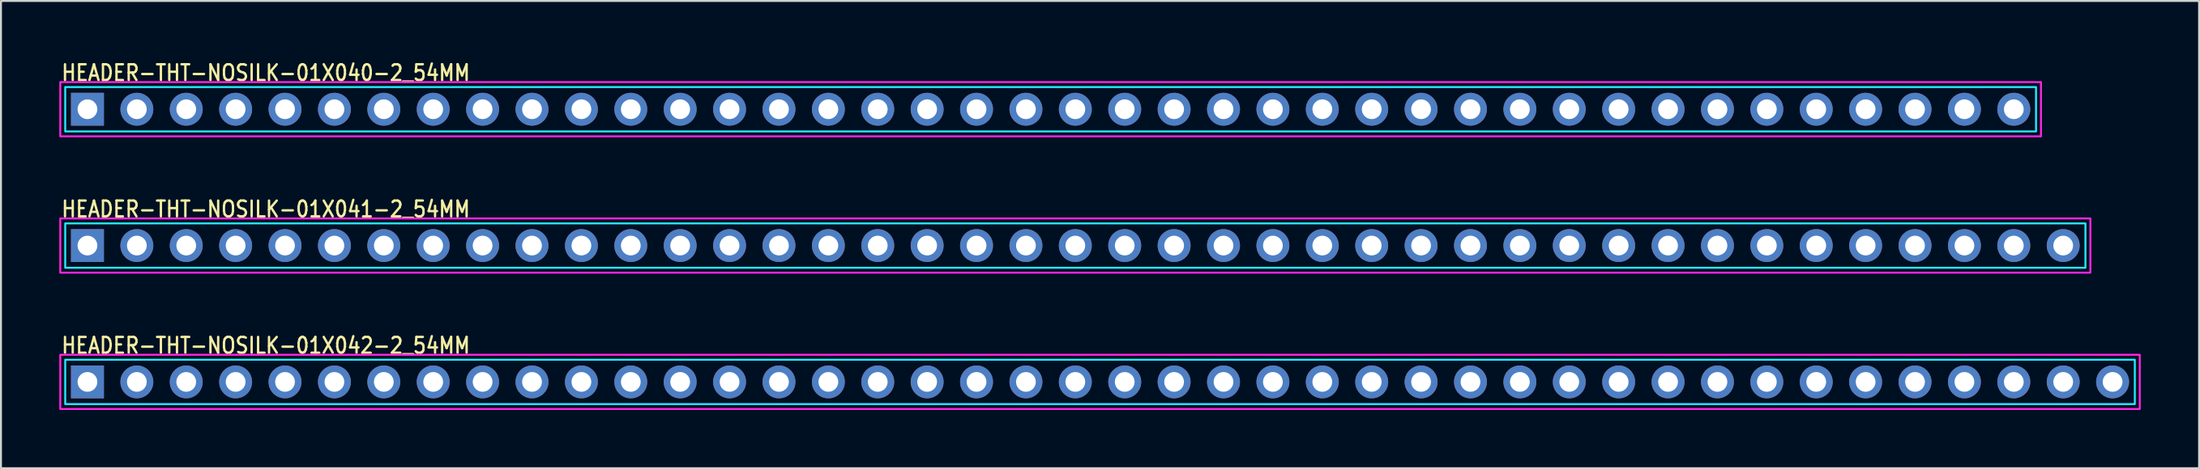
<source format=kicad_pcb>
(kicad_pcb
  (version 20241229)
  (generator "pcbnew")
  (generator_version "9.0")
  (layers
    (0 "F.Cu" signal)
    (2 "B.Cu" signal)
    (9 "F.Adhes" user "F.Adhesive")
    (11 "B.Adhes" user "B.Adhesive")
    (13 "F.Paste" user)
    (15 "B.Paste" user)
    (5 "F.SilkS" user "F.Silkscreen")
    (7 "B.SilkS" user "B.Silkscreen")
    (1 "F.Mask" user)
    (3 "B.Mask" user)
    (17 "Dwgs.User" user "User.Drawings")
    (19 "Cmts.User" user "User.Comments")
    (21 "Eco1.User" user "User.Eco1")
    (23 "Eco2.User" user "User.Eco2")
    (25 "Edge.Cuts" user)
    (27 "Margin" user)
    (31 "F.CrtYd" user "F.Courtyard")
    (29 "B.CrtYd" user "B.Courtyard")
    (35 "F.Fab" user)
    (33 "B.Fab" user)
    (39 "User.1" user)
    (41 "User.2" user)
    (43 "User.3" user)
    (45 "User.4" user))
  (footprint "HEADER-THT-NOSILK-01X041-2_54MM"
    (layer "F.Cu")
    (at 1.447 9.604)
    (property "Reference" "HEADER-THT-NOSILK-01X041-2_54MM" (at -1.4 -1.4 0) (unlocked yes) (layer "F.SilkS") (effects (font (size 0.813 0.695) (thickness 0.122)) (justify left bottom)))
    (fp_poly (pts (xy -1.143 -1.143) (xy 102.743 -1.143) (xy 102.743 1.143) (xy -1.143 1.143)) (stroke (width 0.1) (type solid)) (fill no) (layer "B.CrtYd"))
    (fp_poly (pts (xy -1.397 -1.397) (xy 102.997 -1.397) (xy 102.997 1.397) (xy -1.397 1.397)) (stroke (width 0.1) (type solid)) (fill no) (layer "F.CrtYd"))
    (pad "1" thru_hole rect (at 0 0) (size 1.693 1.693) (drill 1.016) (layers "*.Cu" "*.Mask"))
    (pad "2" thru_hole oval (at 2.54 0) (size 1.693 1.693) (drill 1.016) (layers "*.Cu" "*.Mask"))
    (pad "3" thru_hole oval (at 5.08 0) (size 1.693 1.693) (drill 1.016) (layers "*.Cu" "*.Mask"))
    (pad "4" thru_hole oval (at 7.62 0) (size 1.693 1.693) (drill 1.016) (layers "*.Cu" "*.Mask"))
    (pad "5" thru_hole oval (at 10.16 0) (size 1.693 1.693) (drill 1.016) (layers "*.Cu" "*.Mask"))
    (pad "6" thru_hole oval (at 12.7 0) (size 1.693 1.693) (drill 1.016) (layers "*.Cu" "*.Mask"))
    (pad "7" thru_hole oval (at 15.24 0) (size 1.693 1.693) (drill 1.016) (layers "*.Cu" "*.Mask"))
    (pad "8" thru_hole oval (at 17.78 0) (size 1.693 1.693) (drill 1.016) (layers "*.Cu" "*.Mask"))
    (pad "9" thru_hole oval (at 20.32 0) (size 1.693 1.693) (drill 1.016) (layers "*.Cu" "*.Mask"))
    (pad "10" thru_hole oval (at 22.86 0) (size 1.693 1.693) (drill 1.016) (layers "*.Cu" "*.Mask"))
    (pad "11" thru_hole oval (at 25.4 0) (size 1.693 1.693) (drill 1.016) (layers "*.Cu" "*.Mask"))
    (pad "12" thru_hole oval (at 27.94 0) (size 1.693 1.693) (drill 1.016) (layers "*.Cu" "*.Mask"))
    (pad "13" thru_hole oval (at 30.48 0) (size 1.693 1.693) (drill 1.016) (layers "*.Cu" "*.Mask"))
    (pad "14" thru_hole oval (at 33.02 0) (size 1.693 1.693) (drill 1.016) (layers "*.Cu" "*.Mask"))
    (pad "15" thru_hole oval (at 35.56 0) (size 1.693 1.693) (drill 1.016) (layers "*.Cu" "*.Mask"))
    (pad "16" thru_hole oval (at 38.1 0) (size 1.693 1.693) (drill 1.016) (layers "*.Cu" "*.Mask"))
    (pad "17" thru_hole oval (at 40.64 0) (size 1.693 1.693) (drill 1.016) (layers "*.Cu" "*.Mask"))
    (pad "18" thru_hole oval (at 43.18 0) (size 1.693 1.693) (drill 1.016) (layers "*.Cu" "*.Mask"))
    (pad "19" thru_hole oval (at 45.72 0) (size 1.693 1.693) (drill 1.016) (layers "*.Cu" "*.Mask"))
    (pad "20" thru_hole oval (at 48.26 0) (size 1.693 1.693) (drill 1.016) (layers "*.Cu" "*.Mask"))
    (pad "21" thru_hole oval (at 50.8 0) (size 1.693 1.693) (drill 1.016) (layers "*.Cu" "*.Mask"))
    (pad "22" thru_hole oval (at 53.34 0) (size 1.693 1.693) (drill 1.016) (layers "*.Cu" "*.Mask"))
    (pad "23" thru_hole oval (at 55.88 0) (size 1.693 1.693) (drill 1.016) (layers "*.Cu" "*.Mask"))
    (pad "24" thru_hole oval (at 58.42 0) (size 1.693 1.693) (drill 1.016) (layers "*.Cu" "*.Mask"))
    (pad "25" thru_hole oval (at 60.96 0) (size 1.693 1.693) (drill 1.016) (layers "*.Cu" "*.Mask"))
    (pad "26" thru_hole oval (at 63.5 0) (size 1.693 1.693) (drill 1.016) (layers "*.Cu" "*.Mask"))
    (pad "27" thru_hole oval (at 66.04 0) (size 1.693 1.693) (drill 1.016) (layers "*.Cu" "*.Mask"))
    (pad "28" thru_hole oval (at 68.58 0) (size 1.693 1.693) (drill 1.016) (layers "*.Cu" "*.Mask"))
    (pad "29" thru_hole oval (at 71.12 0) (size 1.693 1.693) (drill 1.016) (layers "*.Cu" "*.Mask"))
    (pad "30" thru_hole oval (at 73.66 0) (size 1.693 1.693) (drill 1.016) (layers "*.Cu" "*.Mask"))
    (pad "31" thru_hole oval (at 76.2 0) (size 1.693 1.693) (drill 1.016) (layers "*.Cu" "*.Mask"))
    (pad "32" thru_hole oval (at 78.74 0) (size 1.693 1.693) (drill 1.016) (layers "*.Cu" "*.Mask"))
    (pad "33" thru_hole oval (at 81.28 0) (size 1.693 1.693) (drill 1.016) (layers "*.Cu" "*.Mask"))
    (pad "34" thru_hole oval (at 83.82 0) (size 1.693 1.693) (drill 1.016) (layers "*.Cu" "*.Mask"))
    (pad "35" thru_hole oval (at 86.36 0) (size 1.693 1.693) (drill 1.016) (layers "*.Cu" "*.Mask"))
    (pad "36" thru_hole oval (at 88.9 0) (size 1.693 1.693) (drill 1.016) (layers "*.Cu" "*.Mask"))
    (pad "37" thru_hole oval (at 91.44 0) (size 1.693 1.693) (drill 1.016) (layers "*.Cu" "*.Mask"))
    (pad "38" thru_hole oval (at 93.98 0) (size 1.693 1.693) (drill 1.016) (layers "*.Cu" "*.Mask"))
    (pad "39" thru_hole oval (at 96.52 0) (size 1.693 1.693) (drill 1.016) (layers "*.Cu" "*.Mask"))
    (pad "40" thru_hole oval (at 99.06 0) (size 1.693 1.693) (drill 1.016) (layers "*.Cu" "*.Mask"))
    (pad "41" thru_hole oval (at 101.6 0) (size 1.693 1.693) (drill 1.016) (layers "*.Cu" "*.Mask")))
  (footprint "HEADER-THT-NOSILK-01X042-2_54MM"
    (layer "F.Cu")
    (at 1.447 16.63)
    (property "Reference" "HEADER-THT-NOSILK-01X042-2_54MM" (at -1.4 -1.4 0) (unlocked yes) (layer "F.SilkS") (effects (font (size 0.813 0.695) (thickness 0.122)) (justify left bottom)))
    (fp_poly (pts (xy -1.143 -1.143) (xy 105.283 -1.143) (xy 105.283 1.143) (xy -1.143 1.143)) (stroke (width 0.1) (type solid)) (fill no) (layer "B.CrtYd"))
    (fp_poly (pts (xy -1.397 -1.397) (xy 105.537 -1.397) (xy 105.537 1.397) (xy -1.397 1.397)) (stroke (width 0.1) (type solid)) (fill no) (layer "F.CrtYd"))
    (pad "1" thru_hole rect (at 0 0) (size 1.693 1.693) (drill 1.016) (layers "*.Cu" "*.Mask"))
    (pad "2" thru_hole oval (at 2.54 0) (size 1.693 1.693) (drill 1.016) (layers "*.Cu" "*.Mask"))
    (pad "3" thru_hole oval (at 5.08 0) (size 1.693 1.693) (drill 1.016) (layers "*.Cu" "*.Mask"))
    (pad "4" thru_hole oval (at 7.62 0) (size 1.693 1.693) (drill 1.016) (layers "*.Cu" "*.Mask"))
    (pad "5" thru_hole oval (at 10.16 0) (size 1.693 1.693) (drill 1.016) (layers "*.Cu" "*.Mask"))
    (pad "6" thru_hole oval (at 12.7 0) (size 1.693 1.693) (drill 1.016) (layers "*.Cu" "*.Mask"))
    (pad "7" thru_hole oval (at 15.24 0) (size 1.693 1.693) (drill 1.016) (layers "*.Cu" "*.Mask"))
    (pad "8" thru_hole oval (at 17.78 0) (size 1.693 1.693) (drill 1.016) (layers "*.Cu" "*.Mask"))
    (pad "9" thru_hole oval (at 20.32 0) (size 1.693 1.693) (drill 1.016) (layers "*.Cu" "*.Mask"))
    (pad "10" thru_hole oval (at 22.86 0) (size 1.693 1.693) (drill 1.016) (layers "*.Cu" "*.Mask"))
    (pad "11" thru_hole oval (at 25.4 0) (size 1.693 1.693) (drill 1.016) (layers "*.Cu" "*.Mask"))
    (pad "12" thru_hole oval (at 27.94 0) (size 1.693 1.693) (drill 1.016) (layers "*.Cu" "*.Mask"))
    (pad "13" thru_hole oval (at 30.48 0) (size 1.693 1.693) (drill 1.016) (layers "*.Cu" "*.Mask"))
    (pad "14" thru_hole oval (at 33.02 0) (size 1.693 1.693) (drill 1.016) (layers "*.Cu" "*.Mask"))
    (pad "15" thru_hole oval (at 35.56 0) (size 1.693 1.693) (drill 1.016) (layers "*.Cu" "*.Mask"))
    (pad "16" thru_hole oval (at 38.1 0) (size 1.693 1.693) (drill 1.016) (layers "*.Cu" "*.Mask"))
    (pad "17" thru_hole oval (at 40.64 0) (size 1.693 1.693) (drill 1.016) (layers "*.Cu" "*.Mask"))
    (pad "18" thru_hole oval (at 43.18 0) (size 1.693 1.693) (drill 1.016) (layers "*.Cu" "*.Mask"))
    (pad "19" thru_hole oval (at 45.72 0) (size 1.693 1.693) (drill 1.016) (layers "*.Cu" "*.Mask"))
    (pad "20" thru_hole oval (at 48.26 0) (size 1.693 1.693) (drill 1.016) (layers "*.Cu" "*.Mask"))
    (pad "21" thru_hole oval (at 50.8 0) (size 1.693 1.693) (drill 1.016) (layers "*.Cu" "*.Mask"))
    (pad "22" thru_hole oval (at 53.34 0) (size 1.693 1.693) (drill 1.016) (layers "*.Cu" "*.Mask"))
    (pad "23" thru_hole oval (at 55.88 0) (size 1.693 1.693) (drill 1.016) (layers "*.Cu" "*.Mask"))
    (pad "24" thru_hole oval (at 58.42 0) (size 1.693 1.693) (drill 1.016) (layers "*.Cu" "*.Mask"))
    (pad "25" thru_hole oval (at 60.96 0) (size 1.693 1.693) (drill 1.016) (layers "*.Cu" "*.Mask"))
    (pad "26" thru_hole oval (at 63.5 0) (size 1.693 1.693) (drill 1.016) (layers "*.Cu" "*.Mask"))
    (pad "27" thru_hole oval (at 66.04 0) (size 1.693 1.693) (drill 1.016) (layers "*.Cu" "*.Mask"))
    (pad "28" thru_hole oval (at 68.58 0) (size 1.693 1.693) (drill 1.016) (layers "*.Cu" "*.Mask"))
    (pad "29" thru_hole oval (at 71.12 0) (size 1.693 1.693) (drill 1.016) (layers "*.Cu" "*.Mask"))
    (pad "30" thru_hole oval (at 73.66 0) (size 1.693 1.693) (drill 1.016) (layers "*.Cu" "*.Mask"))
    (pad "31" thru_hole oval (at 76.2 0) (size 1.693 1.693) (drill 1.016) (layers "*.Cu" "*.Mask"))
    (pad "32" thru_hole oval (at 78.74 0) (size 1.693 1.693) (drill 1.016) (layers "*.Cu" "*.Mask"))
    (pad "33" thru_hole oval (at 81.28 0) (size 1.693 1.693) (drill 1.016) (layers "*.Cu" "*.Mask"))
    (pad "34" thru_hole oval (at 83.82 0) (size 1.693 1.693) (drill 1.016) (layers "*.Cu" "*.Mask"))
    (pad "35" thru_hole oval (at 86.36 0) (size 1.693 1.693) (drill 1.016) (layers "*.Cu" "*.Mask"))
    (pad "36" thru_hole oval (at 88.9 0) (size 1.693 1.693) (drill 1.016) (layers "*.Cu" "*.Mask"))
    (pad "37" thru_hole oval (at 91.44 0) (size 1.693 1.693) (drill 1.016) (layers "*.Cu" "*.Mask"))
    (pad "38" thru_hole oval (at 93.98 0) (size 1.693 1.693) (drill 1.016) (layers "*.Cu" "*.Mask"))
    (pad "39" thru_hole oval (at 96.52 0) (size 1.693 1.693) (drill 1.016) (layers "*.Cu" "*.Mask"))
    (pad "40" thru_hole oval (at 99.06 0) (size 1.693 1.693) (drill 1.016) (layers "*.Cu" "*.Mask"))
    (pad "41" thru_hole oval (at 101.6 0) (size 1.693 1.693) (drill 1.016) (layers "*.Cu" "*.Mask"))
    (pad "42" thru_hole oval (at 104.14 0) (size 1.693 1.693) (drill 1.016) (layers "*.Cu" "*.Mask")))
  (footprint "HEADER-THT-NOSILK-01X040-2_54MM"
    (layer "F.Cu")
    (at 1.447 2.579)
    (property "Reference" "HEADER-THT-NOSILK-01X040-2_54MM" (at -1.4 -1.4 0) (unlocked yes) (layer "F.SilkS") (effects (font (size 0.813 0.695) (thickness 0.122)) (justify left bottom)))
    (fp_poly (pts (xy -1.143 -1.143) (xy 100.203 -1.143) (xy 100.203 1.143) (xy -1.143 1.143)) (stroke (width 0.1) (type solid)) (fill no) (layer "B.CrtYd"))
    (fp_poly (pts (xy -1.397 -1.397) (xy 100.457 -1.397) (xy 100.457 1.397) (xy -1.397 1.397)) (stroke (width 0.1) (type solid)) (fill no) (layer "F.CrtYd"))
    (pad "1" thru_hole rect (at 0 0) (size 1.693 1.693) (drill 1.016) (layers "*.Cu" "*.Mask"))
    (pad "2" thru_hole oval (at 2.54 0) (size 1.693 1.693) (drill 1.016) (layers "*.Cu" "*.Mask"))
    (pad "3" thru_hole oval (at 5.08 0) (size 1.693 1.693) (drill 1.016) (layers "*.Cu" "*.Mask"))
    (pad "4" thru_hole oval (at 7.62 0) (size 1.693 1.693) (drill 1.016) (layers "*.Cu" "*.Mask"))
    (pad "5" thru_hole oval (at 10.16 0) (size 1.693 1.693) (drill 1.016) (layers "*.Cu" "*.Mask"))
    (pad "6" thru_hole oval (at 12.7 0) (size 1.693 1.693) (drill 1.016) (layers "*.Cu" "*.Mask"))
    (pad "7" thru_hole oval (at 15.24 0) (size 1.693 1.693) (drill 1.016) (layers "*.Cu" "*.Mask"))
    (pad "8" thru_hole oval (at 17.78 0) (size 1.693 1.693) (drill 1.016) (layers "*.Cu" "*.Mask"))
    (pad "9" thru_hole oval (at 20.32 0) (size 1.693 1.693) (drill 1.016) (layers "*.Cu" "*.Mask"))
    (pad "10" thru_hole oval (at 22.86 0) (size 1.693 1.693) (drill 1.016) (layers "*.Cu" "*.Mask"))
    (pad "11" thru_hole oval (at 25.4 0) (size 1.693 1.693) (drill 1.016) (layers "*.Cu" "*.Mask"))
    (pad "12" thru_hole oval (at 27.94 0) (size 1.693 1.693) (drill 1.016) (layers "*.Cu" "*.Mask"))
    (pad "13" thru_hole oval (at 30.48 0) (size 1.693 1.693) (drill 1.016) (layers "*.Cu" "*.Mask"))
    (pad "14" thru_hole oval (at 33.02 0) (size 1.693 1.693) (drill 1.016) (layers "*.Cu" "*.Mask"))
    (pad "15" thru_hole oval (at 35.56 0) (size 1.693 1.693) (drill 1.016) (layers "*.Cu" "*.Mask"))
    (pad "16" thru_hole oval (at 38.1 0) (size 1.693 1.693) (drill 1.016) (layers "*.Cu" "*.Mask"))
    (pad "17" thru_hole oval (at 40.64 0) (size 1.693 1.693) (drill 1.016) (layers "*.Cu" "*.Mask"))
    (pad "18" thru_hole oval (at 43.18 0) (size 1.693 1.693) (drill 1.016) (layers "*.Cu" "*.Mask"))
    (pad "19" thru_hole oval (at 45.72 0) (size 1.693 1.693) (drill 1.016) (layers "*.Cu" "*.Mask"))
    (pad "20" thru_hole oval (at 48.26 0) (size 1.693 1.693) (drill 1.016) (layers "*.Cu" "*.Mask"))
    (pad "21" thru_hole oval (at 50.8 0) (size 1.693 1.693) (drill 1.016) (layers "*.Cu" "*.Mask"))
    (pad "22" thru_hole oval (at 53.34 0) (size 1.693 1.693) (drill 1.016) (layers "*.Cu" "*.Mask"))
    (pad "23" thru_hole oval (at 55.88 0) (size 1.693 1.693) (drill 1.016) (layers "*.Cu" "*.Mask"))
    (pad "24" thru_hole oval (at 58.42 0) (size 1.693 1.693) (drill 1.016) (layers "*.Cu" "*.Mask"))
    (pad "25" thru_hole oval (at 60.96 0) (size 1.693 1.693) (drill 1.016) (layers "*.Cu" "*.Mask"))
    (pad "26" thru_hole oval (at 63.5 0) (size 1.693 1.693) (drill 1.016) (layers "*.Cu" "*.Mask"))
    (pad "27" thru_hole oval (at 66.04 0) (size 1.693 1.693) (drill 1.016) (layers "*.Cu" "*.Mask"))
    (pad "28" thru_hole oval (at 68.58 0) (size 1.693 1.693) (drill 1.016) (layers "*.Cu" "*.Mask"))
    (pad "29" thru_hole oval (at 71.12 0) (size 1.693 1.693) (drill 1.016) (layers "*.Cu" "*.Mask"))
    (pad "30" thru_hole oval (at 73.66 0) (size 1.693 1.693) (drill 1.016) (layers "*.Cu" "*.Mask"))
    (pad "31" thru_hole oval (at 76.2 0) (size 1.693 1.693) (drill 1.016) (layers "*.Cu" "*.Mask"))
    (pad "32" thru_hole oval (at 78.74 0) (size 1.693 1.693) (drill 1.016) (layers "*.Cu" "*.Mask"))
    (pad "33" thru_hole oval (at 81.28 0) (size 1.693 1.693) (drill 1.016) (layers "*.Cu" "*.Mask"))
    (pad "34" thru_hole oval (at 83.82 0) (size 1.693 1.693) (drill 1.016) (layers "*.Cu" "*.Mask"))
    (pad "35" thru_hole oval (at 86.36 0) (size 1.693 1.693) (drill 1.016) (layers "*.Cu" "*.Mask"))
    (pad "36" thru_hole oval (at 88.9 0) (size 1.693 1.693) (drill 1.016) (layers "*.Cu" "*.Mask"))
    (pad "37" thru_hole oval (at 91.44 0) (size 1.693 1.693) (drill 1.016) (layers "*.Cu" "*.Mask"))
    (pad "38" thru_hole oval (at 93.98 0) (size 1.693 1.693) (drill 1.016) (layers "*.Cu" "*.Mask"))
    (pad "39" thru_hole oval (at 96.52 0) (size 1.693 1.693) (drill 1.016) (layers "*.Cu" "*.Mask"))
    (pad "40" thru_hole oval (at 99.06 0) (size 1.693 1.693) (drill 1.016) (layers "*.Cu" "*.Mask")))
  (gr_rect
    (start -3 -3)
    (end 110.034 21.077)
    (stroke (width 0.1) (type default))
    (fill no)
    (layer "Edge.Cuts")))
</source>
